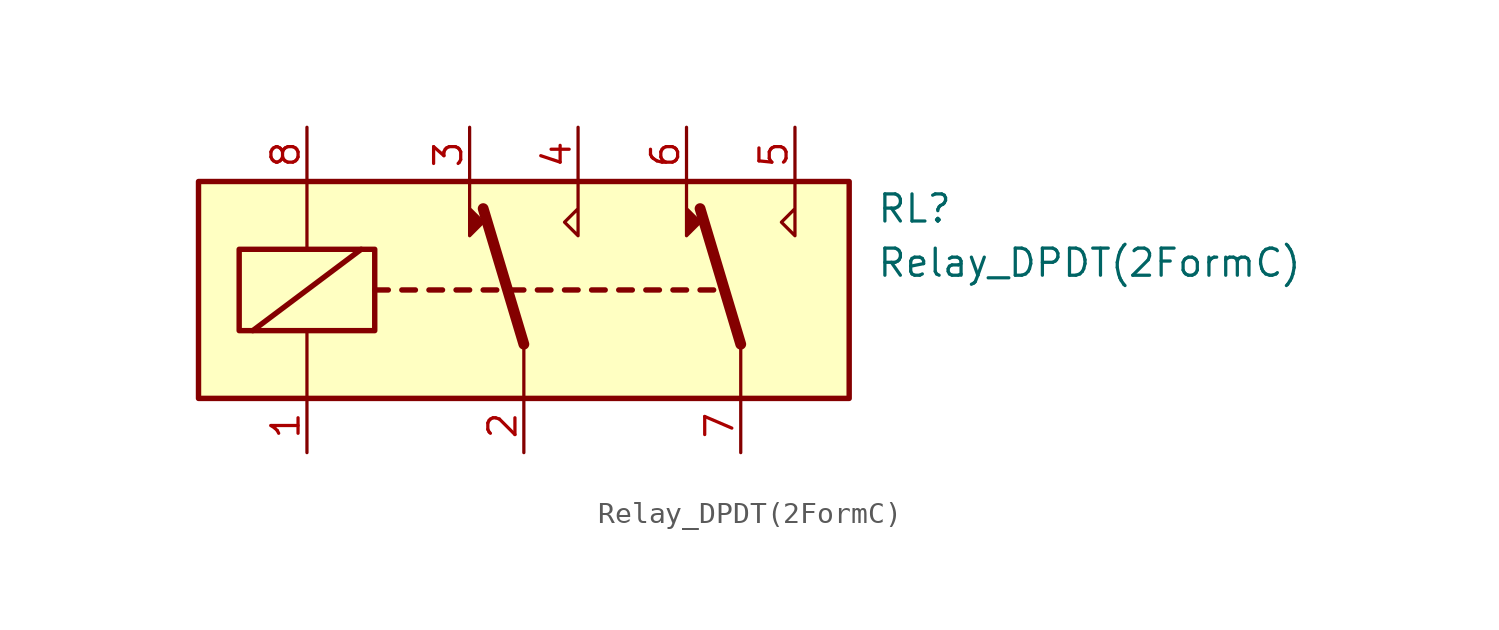
<source format=kicad_sym>
(kicad_symbol_lib
  (version 20211014)
  (generator kicad_symbol_editor)
  (symbol "Relay_DPDT(2FormC)"
    (property "Reference" "RL"
      (at 16.51 3.81 0)
      (effects (font (size 1.27 1.27)) (justify left)))
    (property "Value" "Relay_DPDT(2FormC)"
      (at 16.51 1.27 0)
      (effects (font (size 1.27 1.27)) (justify left)))
    (symbol "Relay_DPDT(2FormC)_0_1"
      (rectangle (start -15.24 5.08) (end 15.24 -5.08) (stroke (width 0.254) (type default) (color 0 0 0 0)) (fill (type background)))
      (rectangle (start -13.335 1.905) (end -6.985 -1.905) (stroke (width 0.254) (type default) (color 0 0 0 0)) (fill (type none)))
      (polyline (pts (xy -12.7 -1.905) (xy -7.62 1.905)) (stroke (width 0.254) (type default) (color 0 0 0 0)) (fill (type none)))
      (polyline (pts (xy -10.16 -5.08) (xy -10.16 -1.905)) (stroke (width 0) (type default) (color 0 0 0 0)) (fill (type none)))
      (polyline (pts (xy -10.16 5.08) (xy -10.16 1.905)) (stroke (width 0) (type default) (color 0 0 0 0)) (fill (type none)))
      (polyline (pts (xy -6.985 0) (xy -6.35 0)) (stroke (width 0.254) (type default) (color 0 0 0 0)) (fill (type none)))
      (polyline (pts (xy -5.715 0) (xy -5.08 0)) (stroke (width 0.254) (type default) (color 0 0 0 0)) (fill (type none)))
      (polyline (pts (xy -4.445 0) (xy -3.81 0)) (stroke (width 0.254) (type default) (color 0 0 0 0)) (fill (type none)))
      (polyline (pts (xy -3.175 0) (xy -2.54 0)) (stroke (width 0.254) (type default) (color 0 0 0 0)) (fill (type none)))
      (polyline (pts (xy -1.905 0) (xy -1.27 0)) (stroke (width 0.254) (type default) (color 0 0 0 0)) (fill (type none)))
      (polyline (pts (xy -0.635 0) (xy 0 0)) (stroke (width 0.254) (type default) (color 0 0 0 0)) (fill (type none)))
      (polyline (pts (xy 0 -2.54) (xy -1.905 3.81)) (stroke (width 0.508) (type default) (color 0 0 0 0)) (fill (type none)))
      (polyline (pts (xy 0 -2.54) (xy 0 -5.08)) (stroke (width 0) (type default) (color 0 0 0 0)) (fill (type none)))
      (polyline (pts (xy 0.635 0) (xy 1.27 0)) (stroke (width 0.254) (type default) (color 0 0 0 0)) (fill (type none)))
      (polyline (pts (xy 1.905 0) (xy 2.54 0)) (stroke (width 0.254) (type default) (color 0 0 0 0)) (fill (type none)))
      (polyline (pts (xy 3.175 0) (xy 3.81 0)) (stroke (width 0.254) (type default) (color 0 0 0 0)) (fill (type none)))
      (polyline (pts (xy 4.445 0) (xy 5.08 0)) (stroke (width 0.254) (type default) (color 0 0 0 0)) (fill (type none)))
      (polyline (pts (xy 5.715 0) (xy 6.35 0)) (stroke (width 0.254) (type default) (color 0 0 0 0)) (fill (type none)))
      (polyline (pts (xy 6.985 0) (xy 7.62 0)) (stroke (width 0.254) (type default) (color 0 0 0 0)) (fill (type none)))
      (polyline (pts (xy 8.255 0) (xy 8.89 0)) (stroke (width 0.254) (type default) (color 0 0 0 0)) (fill (type none)))
      (polyline (pts (xy 10.16 -2.54) (xy 8.255 3.81)) (stroke (width 0.508) (type default) (color 0 0 0 0)) (fill (type none)))
      (polyline (pts (xy 10.16 -2.54) (xy 10.16 -5.08)) (stroke (width 0) (type default) (color 0 0 0 0)) (fill (type none)))
      (polyline (pts (xy -2.54 5.08) (xy -2.54 2.54) (xy -1.905 3.175) (xy -2.54 3.81)) (stroke (width 0) (type default) (color 0 0 0 0)) (fill (type outline)))
      (polyline (pts (xy 2.54 5.08) (xy 2.54 2.54) (xy 1.905 3.175) (xy 2.54 3.81)) (stroke (width 0) (type default) (color 0 0 0 0)) (fill (type none)))
      (polyline (pts (xy 7.62 5.08) (xy 7.62 2.54) (xy 8.255 3.175) (xy 7.62 3.81)) (stroke (width 0) (type default) (color 0 0 0 0)) (fill (type outline)))
      (polyline (pts (xy 12.7 5.08) (xy 12.7 2.54) (xy 12.065 3.175) (xy 12.7 3.81)) (stroke (width 0) (type default) (color 0 0 0 0)) (fill (type none))))
    (symbol "Relay_DPDT(2FormC)_1_1"
      (pin passive line (at -10.16 -7.62 90) (length 2.54) (name "~" (effects (font (size 1.27 1.27)))) (number "1" (effects (font (size 1.27 1.27)))))
      (pin passive line (at 0 -7.62 90) (length 2.54) (name "~" (effects (font (size 1.27 1.27)))) (number "2" (effects (font (size 1.27 1.27)))))
      (pin passive line (at -2.54 7.62 270) (length 2.54) (name "~" (effects (font (size 1.27 1.27)))) (number "3" (effects (font (size 1.27 1.27)))))
      (pin passive line (at 2.54 7.62 270) (length 2.54) (name "~" (effects (font (size 1.27 1.27)))) (number "4" (effects (font (size 1.27 1.27)))))
      (pin passive line (at 12.7 7.62 270) (length 2.54) (name "~" (effects (font (size 1.27 1.27)))) (number "5" (effects (font (size 1.27 1.27)))))
      (pin passive line (at 7.62 7.62 270) (length 2.54) (name "~" (effects (font (size 1.27 1.27)))) (number "6" (effects (font (size 1.27 1.27)))))
      (pin passive line (at 10.16 -7.62 90) (length 2.54) (name "~" (effects (font (size 1.27 1.27)))) (number "7" (effects (font (size 1.27 1.27)))))
      (pin passive line (at -10.16 7.62 270) (length 2.54) (name "~" (effects (font (size 1.27 1.27)))) (number "8" (effects (font (size 1.27 1.27))))))))
</source>
